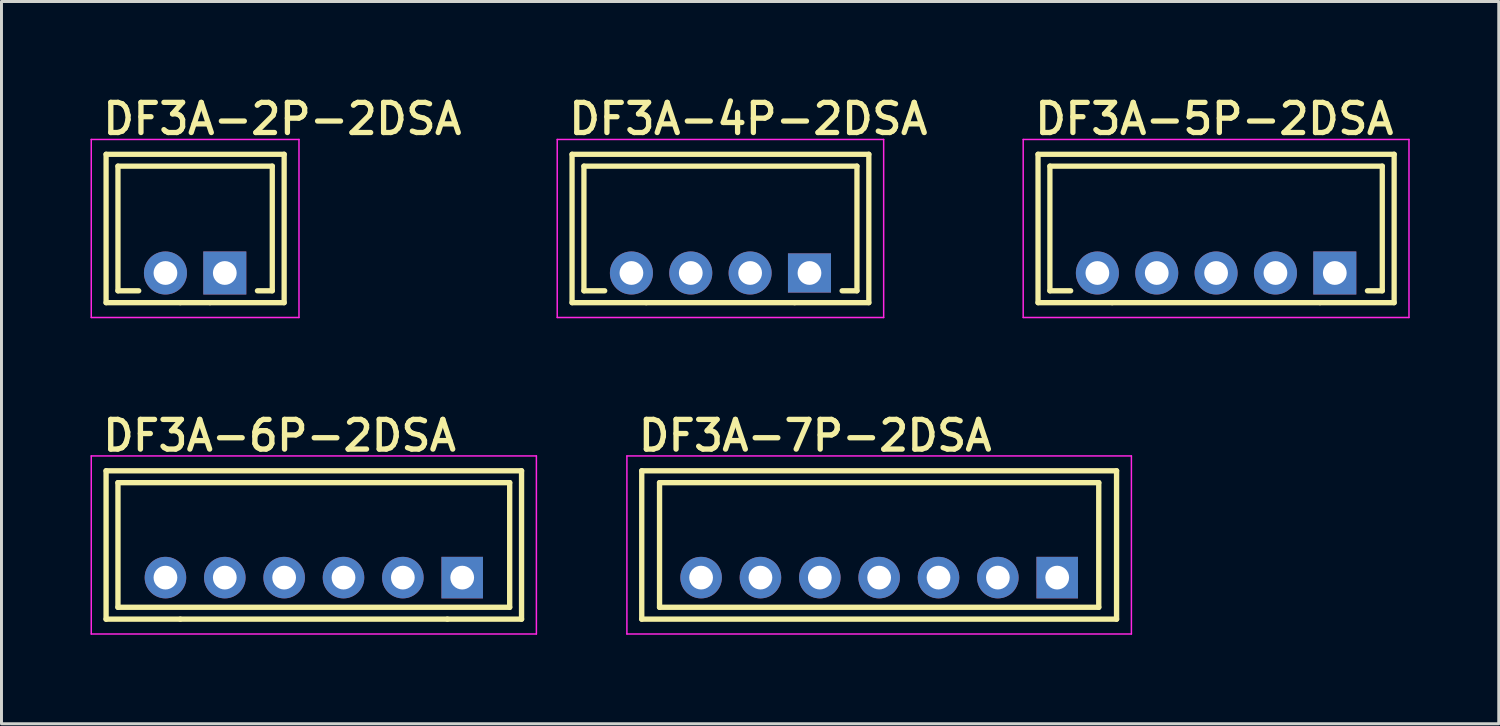
<source format=kicad_pcb>
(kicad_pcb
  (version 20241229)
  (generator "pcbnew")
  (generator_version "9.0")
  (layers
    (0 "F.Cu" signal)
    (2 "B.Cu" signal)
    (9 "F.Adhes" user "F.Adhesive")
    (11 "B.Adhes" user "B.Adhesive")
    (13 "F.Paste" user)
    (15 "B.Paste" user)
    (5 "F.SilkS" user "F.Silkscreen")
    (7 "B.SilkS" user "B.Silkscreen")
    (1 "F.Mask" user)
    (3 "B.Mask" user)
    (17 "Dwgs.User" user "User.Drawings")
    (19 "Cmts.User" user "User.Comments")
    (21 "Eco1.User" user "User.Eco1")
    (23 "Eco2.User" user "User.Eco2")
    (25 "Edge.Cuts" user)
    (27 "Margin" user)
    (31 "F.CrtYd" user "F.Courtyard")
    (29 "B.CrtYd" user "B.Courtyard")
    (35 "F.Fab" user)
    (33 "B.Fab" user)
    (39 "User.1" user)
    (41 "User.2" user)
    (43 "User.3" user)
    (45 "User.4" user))
  (footprint "DF3A-2P-2DSA"
    (layer "F.Cu")
    (at 3.525 6.149)
    (property "Reference" "DF3A-2P-2DSA" (at -3.2 -4.6 0) (layer "F.SilkS") (effects (font (size 1.016 1.016) (thickness 0.178)) (justify left bottom)))
    (attr through_hole)
    (fp_line (start -3 -4) (end 3 -4) (stroke (width 0.178) (type solid)) (layer "F.SilkS"))
    (fp_line (start -3 1) (end -3 -4) (stroke (width 0.178) (type solid)) (layer "F.SilkS"))
    (fp_line (start -2.6 -3.6) (end -2.6 0.6) (stroke (width 0.178) (type solid)) (layer "F.SilkS"))
    (fp_line (start -2.6 -3.6) (end 2.6 -3.6) (stroke (width 0.178) (type solid)) (layer "F.SilkS"))
    (fp_line (start -2.6 0.6) (end -1.9 0.6) (stroke (width 0.178) (type solid)) (layer "F.SilkS"))
    (fp_line (start -0.5 1) (end -3 1) (stroke (width 0.178) (type solid)) (layer "F.SilkS"))
    (fp_line (start 0.5 1) (end -0.5 1) (stroke (width 0.178) (type solid)) (layer "F.SilkS"))
    (fp_line (start 2.6 -3.6) (end 2.6 0.6) (stroke (width 0.178) (type solid)) (layer "F.SilkS"))
    (fp_line (start 2.6 0.6) (end 2.1 0.6) (stroke (width 0.178) (type solid)) (layer "F.SilkS"))
    (fp_line (start 3 -4) (end 3 1) (stroke (width 0.178) (type solid)) (layer "F.SilkS"))
    (fp_line (start 3 1) (end 0.5 1) (stroke (width 0.178) (type solid)) (layer "F.SilkS"))
    (fp_line (start -3.5 -4.5) (end 3.5 -4.5) (stroke (width 0.05) (type solid)) (layer "F.CrtYd"))
    (fp_line (start -3.5 1.5) (end -3.5 -4.5) (stroke (width 0.05) (type solid)) (layer "F.CrtYd"))
    (fp_line (start 3.5 -4.5) (end 3.5 1.5) (stroke (width 0.05) (type solid)) (layer "F.CrtYd"))
    (fp_line (start 3.5 1.5) (end -3.5 1.5) (stroke (width 0.05) (type solid)) (layer "F.CrtYd"))
    (pad "1" thru_hole rect (at 1 0) (size 1.45 1.45) (drill 0.8) (layers "*.Cu" "*.Mask"))
    (pad "2" thru_hole circle (at -1 0) (size 1.45 1.45) (drill 0.8) (layers "*.Cu" "*.Mask")))
  (footprint "DF3A-4P-2DSA"
    (layer "F.Cu")
    (at 21.227 6.149)
    (property "Reference" "DF3A-4P-2DSA" (at -5.2 -4.6 0) (layer "F.SilkS") (effects (font (size 1.016 1.016) (thickness 0.178)) (justify left bottom)))
    (attr through_hole)
    (fp_line (start -5 -4) (end 5 -4) (stroke (width 0.178) (type solid)) (layer "F.SilkS"))
    (fp_line (start -5 1) (end -5 -4) (stroke (width 0.178) (type solid)) (layer "F.SilkS"))
    (fp_line (start -4.6 -3.6) (end -4.6 0.6) (stroke (width 0.178) (type solid)) (layer "F.SilkS"))
    (fp_line (start -4.6 -3.6) (end 4.6 -3.6) (stroke (width 0.178) (type solid)) (layer "F.SilkS"))
    (fp_line (start -4.6 0.6) (end -3.9 0.6) (stroke (width 0.178) (type solid)) (layer "F.SilkS"))
    (fp_line (start -2.5 1) (end -5 1) (stroke (width 0.178) (type solid)) (layer "F.SilkS"))
    (fp_line (start 2.5 1) (end -2.5 1) (stroke (width 0.178) (type solid)) (layer "F.SilkS"))
    (fp_line (start 4.6 -3.6) (end 4.6 0.6) (stroke (width 0.178) (type solid)) (layer "F.SilkS"))
    (fp_line (start 4.6 0.6) (end 4.1 0.6) (stroke (width 0.178) (type solid)) (layer "F.SilkS"))
    (fp_line (start 5 -4) (end 5 1) (stroke (width 0.178) (type solid)) (layer "F.SilkS"))
    (fp_line (start 5 1) (end 2.5 1) (stroke (width 0.178) (type solid)) (layer "F.SilkS"))
    (fp_line (start -5.5 -4.5) (end 5.5 -4.5) (stroke (width 0.05) (type solid)) (layer "F.CrtYd"))
    (fp_line (start -5.5 1.5) (end -5.5 -4.5) (stroke (width 0.05) (type solid)) (layer "F.CrtYd"))
    (fp_line (start 5.5 -4.5) (end 5.5 1.5) (stroke (width 0.05) (type solid)) (layer "F.CrtYd"))
    (fp_line (start 5.5 1.5) (end -5.5 1.5) (stroke (width 0.05) (type solid)) (layer "F.CrtYd"))
    (pad "1" thru_hole rect (at 3 0) (size 1.45 1.321) (drill 0.8) (layers "*.Cu" "*.Mask"))
    (pad "2" thru_hole circle (at 1 0) (size 1.45 1.45) (drill 0.8) (layers "*.Cu" "*.Mask"))
    (pad "3" thru_hole circle (at -1 0) (size 1.45 1.45) (drill 0.8) (layers "*.Cu" "*.Mask"))
    (pad "4" thru_hole circle (at -3 0) (size 1.45 1.45) (drill 0.8) (layers "*.Cu" "*.Mask")))
  (footprint "DF3A-5P-2DSA"
    (layer "F.Cu")
    (at 37.929 6.149)
    (property "Reference" "DF3A-5P-2DSA" (at -6.2 -4.6 0) (layer "F.SilkS") (effects (font (size 1.016 1.016) (thickness 0.178)) (justify left bottom)))
    (attr through_hole)
    (fp_line (start -6 -4) (end 6 -4) (stroke (width 0.178) (type solid)) (layer "F.SilkS"))
    (fp_line (start -6 1) (end -6 -4) (stroke (width 0.178) (type solid)) (layer "F.SilkS"))
    (fp_line (start -5.6 -3.6) (end -5.6 0.6) (stroke (width 0.178) (type solid)) (layer "F.SilkS"))
    (fp_line (start -5.6 -3.6) (end 5.6 -3.6) (stroke (width 0.178) (type solid)) (layer "F.SilkS"))
    (fp_line (start -5.6 0.6) (end -4.9 0.6) (stroke (width 0.178) (type solid)) (layer "F.SilkS"))
    (fp_line (start -3.5 1) (end -6 1) (stroke (width 0.178) (type solid)) (layer "F.SilkS"))
    (fp_line (start 3.5 1) (end -3.5 1) (stroke (width 0.178) (type solid)) (layer "F.SilkS"))
    (fp_line (start 5.6 -3.6) (end 5.6 0.6) (stroke (width 0.178) (type solid)) (layer "F.SilkS"))
    (fp_line (start 5.6 0.6) (end 5.1 0.6) (stroke (width 0.178) (type solid)) (layer "F.SilkS"))
    (fp_line (start 6 -4) (end 6 1) (stroke (width 0.178) (type solid)) (layer "F.SilkS"))
    (fp_line (start 6 1) (end 3.5 1) (stroke (width 0.178) (type solid)) (layer "F.SilkS"))
    (fp_line (start -6.5 -4.5) (end 6.5 -4.5) (stroke (width 0.05) (type solid)) (layer "F.CrtYd"))
    (fp_line (start -6.5 1.5) (end -6.5 -4.5) (stroke (width 0.05) (type solid)) (layer "F.CrtYd"))
    (fp_line (start 6.5 -4.5) (end 6.5 1.5) (stroke (width 0.05) (type solid)) (layer "F.CrtYd"))
    (fp_line (start 6.5 1.5) (end -6.5 1.5) (stroke (width 0.05) (type solid)) (layer "F.CrtYd"))
    (pad "1" thru_hole rect (at 4 0) (size 1.45 1.45) (drill 0.8) (layers "*.Cu" "*.Mask"))
    (pad "2" thru_hole circle (at 2 0) (size 1.45 1.45) (drill 0.8) (layers "*.Cu" "*.Mask"))
    (pad "3" thru_hole circle (at 0 0) (size 1.45 1.45) (drill 0.8) (layers "*.Cu" "*.Mask"))
    (pad "4" thru_hole circle (at -2 0) (size 1.45 1.45) (drill 0.8) (layers "*.Cu" "*.Mask"))
    (pad "5" thru_hole circle (at -4 0) (size 1.45 1.45) (drill 0.8) (layers "*.Cu" "*.Mask")))
  (footprint "DF3A-7P-2DSA"
    (layer "F.Cu")
    (at 26.575 16.414)
    (property "Reference" "DF3A-7P-2DSA" (at -8.2 -4.2 0) (layer "F.SilkS") (effects (font (size 1 1) (thickness 0.18)) (justify left bottom)))
    (attr through_hole)
    (fp_line (start -8 -3.6) (end 8 -3.6) (stroke (width 0.18) (type solid)) (layer "F.SilkS"))
    (fp_line (start -8 1.4) (end -8 -3.6) (stroke (width 0.18) (type solid)) (layer "F.SilkS"))
    (fp_line (start -7.4 -3.2) (end -7.4 1) (stroke (width 0.18) (type solid)) (layer "F.SilkS"))
    (fp_line (start -7.4 -3.2) (end 7.4 -3.2) (stroke (width 0.18) (type solid)) (layer "F.SilkS"))
    (fp_line (start -7.4 1) (end 7.4 1) (stroke (width 0.18) (type solid)) (layer "F.SilkS"))
    (fp_line (start 7.4 -3.2) (end 7.4 1) (stroke (width 0.18) (type solid)) (layer "F.SilkS"))
    (fp_line (start 8 -3.6) (end 8 1.4) (stroke (width 0.18) (type solid)) (layer "F.SilkS"))
    (fp_line (start 8 1.4) (end -8 1.4) (stroke (width 0.18) (type solid)) (layer "F.SilkS"))
    (fp_line (start -8.5 -4.1) (end 8.5 -4.1) (stroke (width 0.05) (type solid)) (layer "F.CrtYd"))
    (fp_line (start -8.5 1.9) (end -8.5 -4.1) (stroke (width 0.05) (type solid)) (layer "F.CrtYd"))
    (fp_line (start 8.5 -4.1) (end 8.5 1.9) (stroke (width 0.05) (type solid)) (layer "F.CrtYd"))
    (fp_line (start 8.5 1.9) (end -8.5 1.9) (stroke (width 0.05) (type solid)) (layer "F.CrtYd"))
    (pad "1" thru_hole rect (at 6 0) (size 1.4 1.4) (drill 0.8) (layers "*.Cu" "*.Mask"))
    (pad "2" thru_hole circle (at 4 0) (size 1.4 1.4) (drill 0.8) (layers "*.Cu" "*.Mask"))
    (pad "3" thru_hole circle (at 2 0) (size 1.4 1.4) (drill 0.8) (layers "*.Cu" "*.Mask"))
    (pad "4" thru_hole circle (at 0 0) (size 1.4 1.4) (drill 0.8) (layers "*.Cu" "*.Mask"))
    (pad "5" thru_hole circle (at -2 0) (size 1.4 1.4) (drill 0.8) (layers "*.Cu" "*.Mask"))
    (pad "6" thru_hole circle (at -4 0) (size 1.4 1.4) (drill 0.8) (layers "*.Cu" "*.Mask"))
    (pad "7" thru_hole circle (at -6 0) (size 1.4 1.4) (drill 0.8) (layers "*.Cu" "*.Mask")))
  (footprint "DF3A-6P-2DSA"
    (layer "F.Cu")
    (at 7.525 16.414)
    (property "Reference" "DF3A-6P-2DSA" (at -7.2 -4.2 0) (layer "F.SilkS") (effects (font (size 1 1) (thickness 0.18)) (justify left bottom)))
    (attr through_hole)
    (fp_line (start -7 -3.6) (end 7 -3.6) (stroke (width 0.18) (type solid)) (layer "F.SilkS"))
    (fp_line (start -7 1.4) (end -7 -3.6) (stroke (width 0.18) (type solid)) (layer "F.SilkS"))
    (fp_line (start -6.6 -3.2) (end -6.6 1) (stroke (width 0.18) (type solid)) (layer "F.SilkS"))
    (fp_line (start -6.6 -3.2) (end 6.6 -3.2) (stroke (width 0.18) (type solid)) (layer "F.SilkS"))
    (fp_line (start -6.6 1) (end 6.6 1) (stroke (width 0.18) (type solid)) (layer "F.SilkS"))
    (fp_line (start -4.5 1.4) (end -7 1.4) (stroke (width 0.18) (type solid)) (layer "F.SilkS"))
    (fp_line (start 4.5 1.4) (end -4.5 1.4) (stroke (width 0.18) (type solid)) (layer "F.SilkS"))
    (fp_line (start 6.6 -3.2) (end 6.6 1) (stroke (width 0.18) (type solid)) (layer "F.SilkS"))
    (fp_line (start 7 -3.6) (end 7 1.4) (stroke (width 0.18) (type solid)) (layer "F.SilkS"))
    (fp_line (start 7 1.4) (end 4.5 1.4) (stroke (width 0.18) (type solid)) (layer "F.SilkS"))
    (fp_line (start -7.5 -4.1) (end 7.5 -4.1) (stroke (width 0.05) (type solid)) (layer "F.CrtYd"))
    (fp_line (start -7.5 1.9) (end -7.5 -4.1) (stroke (width 0.05) (type solid)) (layer "F.CrtYd"))
    (fp_line (start 7.5 -4.1) (end 7.5 1.9) (stroke (width 0.05) (type solid)) (layer "F.CrtYd"))
    (fp_line (start 7.5 1.9) (end -7.5 1.9) (stroke (width 0.05) (type solid)) (layer "F.CrtYd"))
    (pad "1" thru_hole rect (at 5 0) (size 1.4 1.4) (drill 0.8) (layers "*.Cu" "*.Mask"))
    (pad "2" thru_hole circle (at 3 0) (size 1.4 1.4) (drill 0.8) (layers "*.Cu" "*.Mask"))
    (pad "3" thru_hole circle (at 1 0) (size 1.4 1.4) (drill 0.8) (layers "*.Cu" "*.Mask"))
    (pad "4" thru_hole circle (at -1 0) (size 1.4 1.4) (drill 0.8) (layers "*.Cu" "*.Mask"))
    (pad "5" thru_hole circle (at -3 0) (size 1.4 1.4) (drill 0.8) (layers "*.Cu" "*.Mask"))
    (pad "6" thru_hole circle (at -5 0) (size 1.4 1.4) (drill 0.8) (layers "*.Cu" "*.Mask")))
  (gr_rect
    (start -3 -3)
    (end 47.454 21.339)
    (stroke (width 0.1) (type default))
    (fill no)
    (layer "Edge.Cuts")))
</source>
